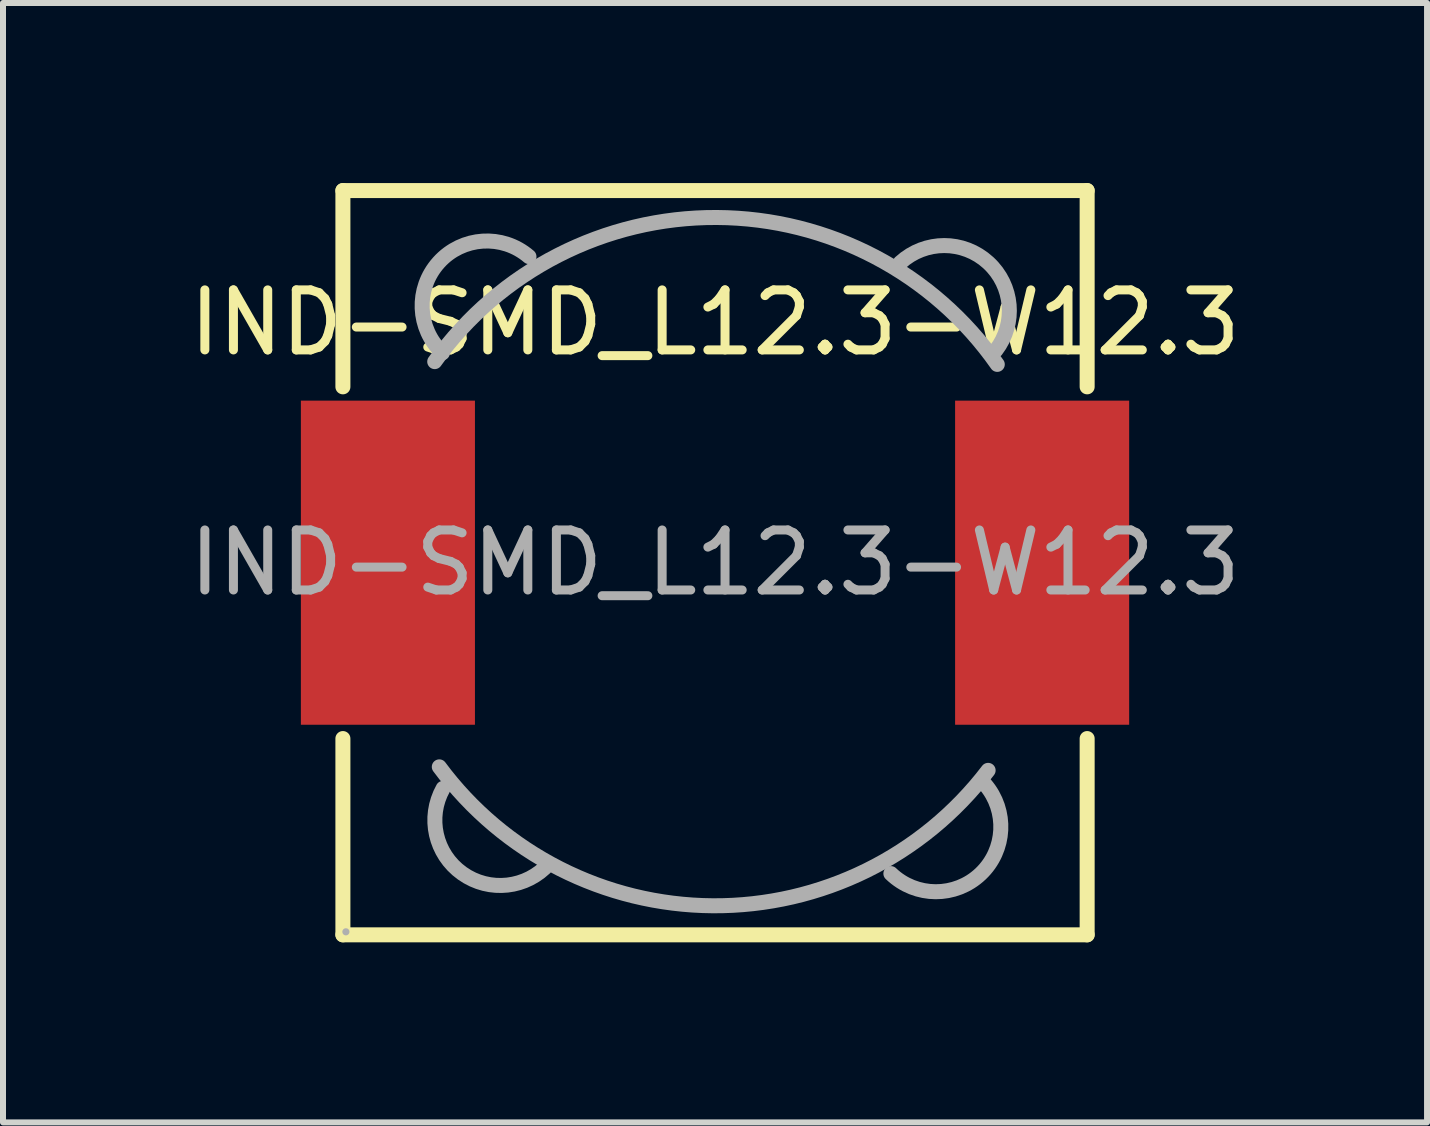
<source format=kicad_pcb>
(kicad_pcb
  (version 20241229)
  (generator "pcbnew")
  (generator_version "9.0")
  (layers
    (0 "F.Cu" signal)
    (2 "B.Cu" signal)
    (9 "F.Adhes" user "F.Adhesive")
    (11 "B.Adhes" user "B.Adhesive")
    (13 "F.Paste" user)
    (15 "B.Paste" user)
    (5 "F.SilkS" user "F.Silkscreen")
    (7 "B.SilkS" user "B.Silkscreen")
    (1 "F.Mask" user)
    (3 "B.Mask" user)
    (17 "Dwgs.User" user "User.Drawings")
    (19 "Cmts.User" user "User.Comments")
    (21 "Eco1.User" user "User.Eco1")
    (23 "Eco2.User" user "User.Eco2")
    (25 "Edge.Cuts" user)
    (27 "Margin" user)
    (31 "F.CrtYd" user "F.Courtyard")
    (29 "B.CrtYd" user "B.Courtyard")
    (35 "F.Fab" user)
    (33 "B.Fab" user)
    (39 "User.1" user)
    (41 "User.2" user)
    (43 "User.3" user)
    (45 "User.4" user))
  (footprint "IND-SMD_L12.3-W12.3"
    (layer "F.Cu")
    (at 8.863 6.325)
    (property "Reference" "IND-SMD_L12.3-W12.3" (at 0 -4 0) (layer "F.SilkS") (effects (font (size 1 1) (thickness 0.15))))
    (attr smd)
    (fp_line (start -6.2 -6.2) (end -6.2 -2.93) (stroke (width 0.25) (type solid)) (layer "F.SilkS"))
    (fp_line (start -6.2 -6.2) (end 6.2 -6.2) (stroke (width 0.25) (type solid)) (layer "F.SilkS"))
    (fp_line (start -6.2 2.93) (end -6.2 6.2) (stroke (width 0.25) (type solid)) (layer "F.SilkS"))
    (fp_line (start -6.2 6.2) (end 6.2 6.2) (stroke (width 0.25) (type solid)) (layer "F.SilkS"))
    (fp_line (start 6.2 -2.93) (end 6.2 -6.2) (stroke (width 0.25) (type solid)) (layer "F.SilkS"))
    (fp_line (start 6.2 6.2) (end 6.2 2.93) (stroke (width 0.25) (type solid)) (layer "F.SilkS"))
    (fp_arc (start -4.67 -3.35) (mid 0.028307 -5.751402) (end 4.702706 -3.30379) (stroke (width 0.25) (type solid)) (layer "F.Fab"))
    (fp_arc (start -4.541273 -3.497112) (mid -4.60171 -5.000875) (end -3.1 -5.1) (stroke (width 0.25) (type solid)) (layer "F.Fab"))
    (fp_arc (start -2.768116 5.014047) (mid -4.210815 5.176269) (end -4.53 3.76) (stroke (width 0.25) (type solid)) (layer "F.Fab"))
    (fp_arc (start 3.086836 -4.998543) (mid 4.552024 -4.999588) (end 4.68 -3.54) (stroke (width 0.25) (type solid)) (layer "F.Fab"))
    (fp_arc (start 4.499953 3.6939) (mid 4.423873 5.185846) (end 2.93 5.18) (stroke (width 0.25) (type solid)) (layer "F.Fab"))
    (fp_arc (start 4.55 3.46) (mid -0.036493 5.71601) (end -4.593807 3.401622) (stroke (width 0.25) (type solid)) (layer "F.Fab"))
    (fp_circle (center -6.15 6.15) (end -6.12 6.15) (stroke (width 0.06) (type solid)) (fill no) (layer "F.Fab"))
    (fp_text user "${REFERENCE}" (at 0 0 0) (layer "F.Fab") (effects (font (size 1 1) (thickness 0.15))))
    (pad "1" smd rect (at -5.45 0) (size 2.9 5.4) (layers "F.Cu" "F.Mask" "F.Paste"))
    (pad "2" smd rect (at 5.45 0) (size 2.9 5.4) (layers "F.Cu" "F.Mask" "F.Paste")))
  (gr_rect
    (start -3 -3)
    (end 20.726 15.65)
    (stroke (width 0.1) (type default))
    (fill no)
    (layer "Edge.Cuts")))
</source>
